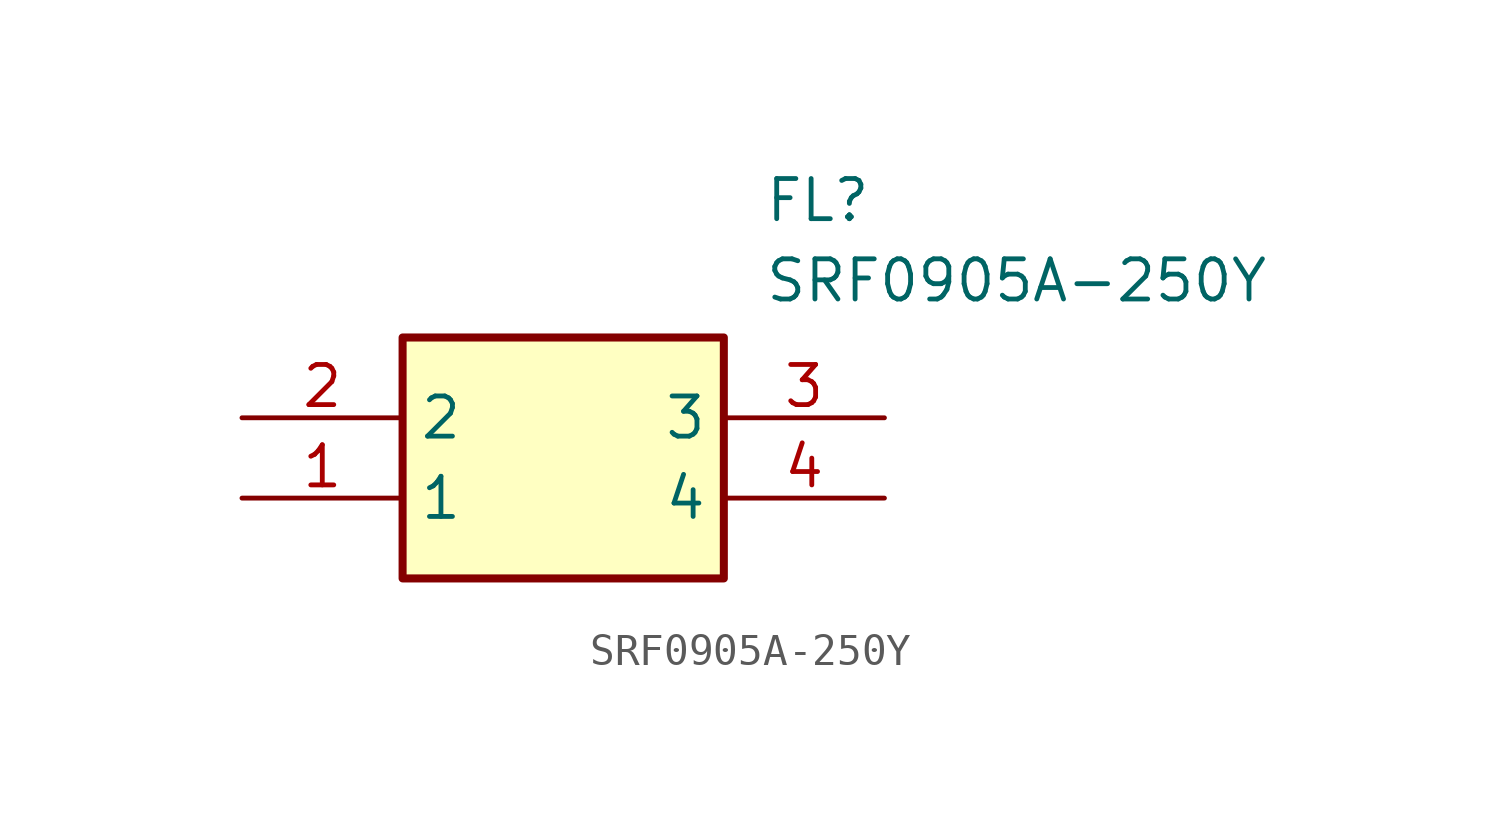
<source format=kicad_sym>
(kicad_symbol_lib
  (version 20211014)
  (generator SamacSys_ECAD_Model)
  (symbol "SRF0905A-250Y"
    (property "Reference" "FL"
      (at 16.51 7.62 0)
      (effects (font (size 1.27 1.27)) (justify left top)))
    (property "Value" "SRF0905A-250Y"
      (at 16.51 5.08 0)
      (effects (font (size 1.27 1.27)) (justify left top)))
    (rectangle
      (start 5.08 2.54)
      (end 15.24 -5.08)
      (stroke (width 0.254) (type default))
      (fill (type background)))
    (pin passive line
      (at 0 -2.54 0)
      (length 5.08)
      (name "1" (effects (font (size 1.27 1.27))))
      (number "1" (effects (font (size 1.27 1.27)))))
    (pin passive line
      (at 0 0 0)
      (length 5.08)
      (name "2" (effects (font (size 1.27 1.27))))
      (number "2" (effects (font (size 1.27 1.27)))))
    (pin passive line
      (at 20.32 0 180)
      (length 5.08)
      (name "3" (effects (font (size 1.27 1.27))))
      (number "3" (effects (font (size 1.27 1.27)))))
    (pin passive line
      (at 20.32 -2.54 180)
      (length 5.08)
      (name "4" (effects (font (size 1.27 1.27))))
      (number "4" (effects (font (size 1.27 1.27)))))))
</source>
